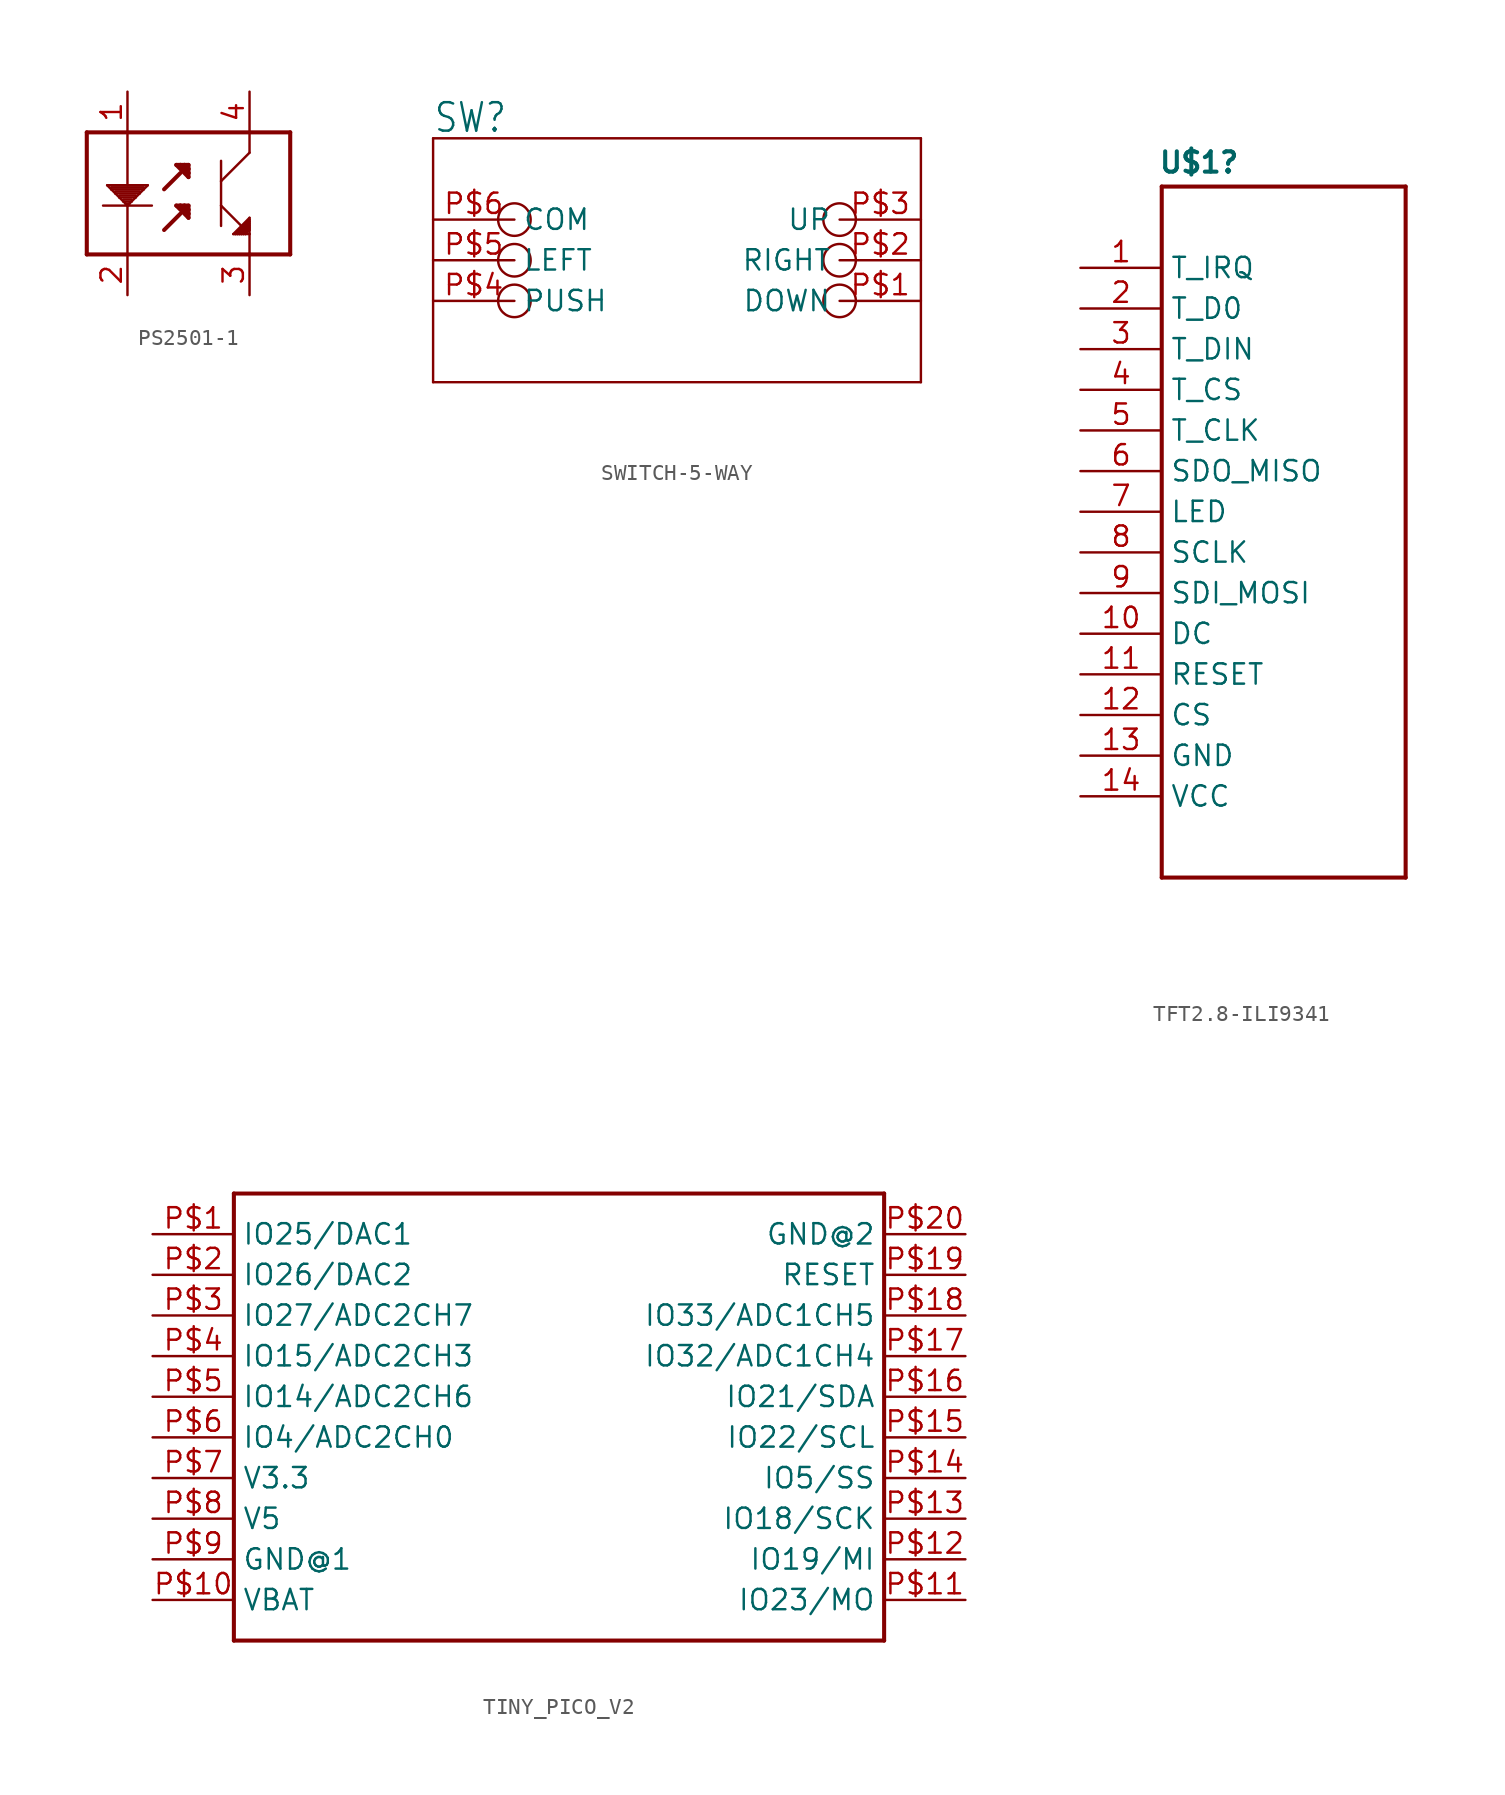
<source format=kicad_sym>
(kicad_symbol_lib
  (version 20241209)
  (generator "kicad_symbol_editor")
  (generator_version "9.0")
  (symbol "PS2501-1"
    (property "Reference" "U"
      (at -7.62 -5.08 90)
      (effects (font (size 1.778 1.511)) (justify left bottom) (hide yes)))
    (property "ki_locked" ""
      (at 0 0 0)
      (effects (font (size 1.27 1.27))))
    (symbol "PS2501-1_1_0"
      (polyline (pts (xy -7.62 2.54) (xy 5.08 2.54)) (stroke (width 0.254) (type solid)) (fill (type none)))
      (polyline (pts (xy -7.62 -5.08) (xy -7.62 2.54)) (stroke (width 0.254) (type solid)) (fill (type none)))
      (polyline (pts (xy -6.604 -2.032) (xy -5.08 -2.032)) (stroke (width 0.152) (type solid)) (fill (type none)))
      (polyline (pts (xy -6.35 -0.762) (xy -6.096 -1.016)) (stroke (width 0.152) (type solid)) (fill (type none)))
      (polyline (pts (xy -6.35 -0.762) (xy -5.08 -0.762)) (stroke (width 0.152) (type solid)) (fill (type none)))
      (polyline (pts (xy -6.096 -1.016) (xy -5.842 -1.27)) (stroke (width 0.152) (type solid)) (fill (type none)))
      (polyline (pts (xy -6.096 -1.016) (xy -4.064 -1.016)) (stroke (width 0.152) (type solid)) (fill (type none)))
      (polyline (pts (xy -5.842 -1.143) (xy -4.318 -1.143)) (stroke (width 0.152) (type solid)) (fill (type none)))
      (polyline (pts (xy -5.842 -1.27) (xy -5.588 -1.524)) (stroke (width 0.152) (type solid)) (fill (type none)))
      (polyline (pts (xy -5.588 -1.524) (xy -5.334 -1.778)) (stroke (width 0.152) (type solid)) (fill (type none)))
      (polyline (pts (xy -5.588 -1.524) (xy -4.572 -1.524)) (stroke (width 0.152) (type solid)) (fill (type none)))
      (polyline (pts (xy -5.334 -1.651) (xy -4.826 -1.651)) (stroke (width 0.152) (type solid)) (fill (type none)))
      (polyline (pts (xy -5.334 -1.778) (xy -5.207 -1.905)) (stroke (width 0.152) (type solid)) (fill (type none)))
      (polyline (pts (xy -5.207 -1.905) (xy -5.08 -2.032)) (stroke (width 0.152) (type solid)) (fill (type none)))
      (polyline (pts (xy -5.08 2.54) (xy -5.08 -0.762)) (stroke (width 0.152) (type solid)) (fill (type none)))
      (polyline (pts (xy -5.08 -0.762) (xy -3.81 -0.762)) (stroke (width 0.152) (type solid)) (fill (type none)))
      (polyline (pts (xy -5.08 -2.032) (xy -5.08 -5.08)) (stroke (width 0.152) (type solid)) (fill (type none)))
      (polyline (pts (xy -5.08 -2.032) (xy -4.953 -1.905)) (stroke (width 0.152) (type solid)) (fill (type none)))
      (polyline (pts (xy -5.08 -2.032) (xy -3.556 -2.032)) (stroke (width 0.152) (type solid)) (fill (type none)))
      (polyline (pts (xy -4.953 -1.905) (xy -5.207 -1.905)) (stroke (width 0.152) (type solid)) (fill (type none)))
      (polyline (pts (xy -4.953 -1.905) (xy -4.826 -1.778)) (stroke (width 0.152) (type solid)) (fill (type none)))
      (polyline (pts (xy -4.826 -1.778) (xy -5.334 -1.778)) (stroke (width 0.152) (type solid)) (fill (type none)))
      (polyline (pts (xy -4.826 -1.778) (xy -4.572 -1.524)) (stroke (width 0.152) (type solid)) (fill (type none)))
      (polyline (pts (xy -4.572 -1.397) (xy -5.588 -1.397)) (stroke (width 0.152) (type solid)) (fill (type none)))
      (polyline (pts (xy -4.572 -1.524) (xy -4.318 -1.27)) (stroke (width 0.152) (type solid)) (fill (type none)))
      (polyline (pts (xy -4.318 -1.27) (xy -5.842 -1.27)) (stroke (width 0.152) (type solid)) (fill (type none)))
      (polyline (pts (xy -4.318 -1.27) (xy -4.064 -1.016)) (stroke (width 0.152) (type solid)) (fill (type none)))
      (polyline (pts (xy -4.064 -0.889) (xy -6.096 -0.889)) (stroke (width 0.152) (type solid)) (fill (type none)))
      (polyline (pts (xy -4.064 -1.016) (xy -3.81 -0.762)) (stroke (width 0.152) (type solid)) (fill (type none)))
      (polyline (pts (xy -2.794 -1.016) (xy -1.778 0)) (stroke (width 0.254) (type solid)) (fill (type none)))
      (polyline (pts (xy -2.794 -3.556) (xy -1.778 -2.54)) (stroke (width 0.254) (type solid)) (fill (type none)))
      (polyline (pts (xy -2.032 0.508) (xy -1.27 -0.254)) (stroke (width 0.254) (type solid)) (fill (type none)))
      (polyline (pts (xy -2.032 -2.032) (xy -1.27 -2.794)) (stroke (width 0.254) (type solid)) (fill (type none)))
      (polyline (pts (xy -1.778 0.508) (xy -2.032 0.508)) (stroke (width 0.254) (type solid)) (fill (type none)))
      (polyline (pts (xy -1.778 0.508) (xy -1.27 0)) (stroke (width 0.254) (type solid)) (fill (type none)))
      (polyline (pts (xy -1.778 -2.032) (xy -2.032 -2.032)) (stroke (width 0.254) (type solid)) (fill (type none)))
      (polyline (pts (xy -1.778 -2.032) (xy -1.27 -2.54)) (stroke (width 0.254) (type solid)) (fill (type none)))
      (polyline (pts (xy -1.524 0.508) (xy -1.778 0.508)) (stroke (width 0.254) (type solid)) (fill (type none)))
      (polyline (pts (xy -1.524 0.508) (xy -1.27 0.254)) (stroke (width 0.254) (type solid)) (fill (type none)))
      (polyline (pts (xy -1.524 -2.032) (xy -1.778 -2.032)) (stroke (width 0.254) (type solid)) (fill (type none)))
      (polyline (pts (xy -1.524 -2.032) (xy -1.27 -2.286)) (stroke (width 0.254) (type solid)) (fill (type none)))
      (polyline (pts (xy -1.27 0.508) (xy -1.524 0.508)) (stroke (width 0.254) (type solid)) (fill (type none)))
      (polyline (pts (xy -1.27 0.254) (xy -1.27 0.508)) (stroke (width 0.254) (type solid)) (fill (type none)))
      (polyline (pts (xy -1.27 0) (xy -1.27 0.254)) (stroke (width 0.254) (type solid)) (fill (type none)))
      (polyline (pts (xy -1.27 -0.254) (xy -1.27 0)) (stroke (width 0.254) (type solid)) (fill (type none)))
      (polyline (pts (xy -1.27 -2.032) (xy -1.524 -2.032)) (stroke (width 0.254) (type solid)) (fill (type none)))
      (polyline (pts (xy -1.27 -2.286) (xy -1.27 -2.032)) (stroke (width 0.254) (type solid)) (fill (type none)))
      (polyline (pts (xy -1.27 -2.54) (xy -1.27 -2.286)) (stroke (width 0.254) (type solid)) (fill (type none)))
      (polyline (pts (xy -1.27 -2.794) (xy -1.27 -2.54)) (stroke (width 0.254) (type solid)) (fill (type none)))
      (polyline (pts (xy 0.762 0.762) (xy 0.762 -0.508)) (stroke (width 0.152) (type solid)) (fill (type none)))
      (polyline (pts (xy 0.762 -0.508) (xy 0.762 -2.032)) (stroke (width 0.152) (type solid)) (fill (type none)))
      (polyline (pts (xy 0.762 -0.508) (xy 2.54 1.27)) (stroke (width 0.152) (type solid)) (fill (type none)))
      (polyline (pts (xy 0.762 -2.032) (xy 0.762 -3.302)) (stroke (width 0.152) (type solid)) (fill (type none)))
      (polyline (pts (xy 0.762 -2.032) (xy 2.032 -3.302)) (stroke (width 0.152) (type solid)) (fill (type none)))
      (polyline (pts (xy 1.524 -3.81) (xy 1.651 -3.81)) (stroke (width 0.152) (type solid)) (fill (type none)))
      (polyline (pts (xy 1.651 -3.81) (xy 1.778 -3.81)) (stroke (width 0.152) (type solid)) (fill (type none)))
      (polyline (pts (xy 1.778 -3.81) (xy 1.905 -3.81)) (stroke (width 0.152) (type solid)) (fill (type none)))
      (polyline (pts (xy 1.905 -3.81) (xy 2.032 -3.81)) (stroke (width 0.152) (type solid)) (fill (type none)))
      (polyline (pts (xy 2.032 -3.81) (xy 2.159 -3.81)) (stroke (width 0.152) (type solid)) (fill (type none)))
      (polyline (pts (xy 2.159 -3.81) (xy 2.286 -3.81)) (stroke (width 0.152) (type solid)) (fill (type none)))
      (polyline (pts (xy 2.286 -3.81) (xy 2.54 -3.81)) (stroke (width 0.152) (type solid)) (fill (type none)))
      (polyline (pts (xy 2.413 -3.048) (xy 1.778 -3.683)) (stroke (width 0.152) (type solid)) (fill (type none)))
      (polyline (pts (xy 2.413 -3.175) (xy 1.905 -3.683)) (stroke (width 0.152) (type solid)) (fill (type none)))
      (polyline (pts (xy 2.413 -3.302) (xy 2.032 -3.683)) (stroke (width 0.152) (type solid)) (fill (type none)))
      (polyline (pts (xy 2.413 -3.429) (xy 2.159 -3.683)) (stroke (width 0.152) (type solid)) (fill (type none)))
      (polyline (pts (xy 2.413 -3.556) (xy 2.286 -3.683)) (stroke (width 0.152) (type solid)) (fill (type none)))
      (polyline (pts (xy 2.54 1.27) (xy 2.54 2.54)) (stroke (width 0.152) (type solid)) (fill (type none)))
      (polyline (pts (xy 2.54 -2.794) (xy 1.524 -3.81)) (stroke (width 0.152) (type solid)) (fill (type none)))
      (polyline (pts (xy 2.54 -2.921) (xy 1.651 -3.81)) (stroke (width 0.152) (type solid)) (fill (type none)))
      (polyline (pts (xy 2.54 -2.921) (xy 2.54 -2.794)) (stroke (width 0.152) (type solid)) (fill (type none)))
      (polyline (pts (xy 2.54 -3.048) (xy 1.778 -3.81)) (stroke (width 0.152) (type solid)) (fill (type none)))
      (polyline (pts (xy 2.54 -3.048) (xy 2.54 -2.921)) (stroke (width 0.152) (type solid)) (fill (type none)))
      (polyline (pts (xy 2.54 -3.175) (xy 1.905 -3.81)) (stroke (width 0.152) (type solid)) (fill (type none)))
      (polyline (pts (xy 2.54 -3.175) (xy 2.54 -3.048)) (stroke (width 0.152) (type solid)) (fill (type none)))
      (polyline (pts (xy 2.54 -3.302) (xy 2.032 -3.81)) (stroke (width 0.152) (type solid)) (fill (type none)))
      (polyline (pts (xy 2.54 -3.302) (xy 2.54 -3.175)) (stroke (width 0.152) (type solid)) (fill (type none)))
      (polyline (pts (xy 2.54 -3.429) (xy 2.159 -3.81)) (stroke (width 0.152) (type solid)) (fill (type none)))
      (polyline (pts (xy 2.54 -3.429) (xy 2.54 -3.302)) (stroke (width 0.152) (type solid)) (fill (type none)))
      (polyline (pts (xy 2.54 -3.556) (xy 2.286 -3.81)) (stroke (width 0.152) (type solid)) (fill (type none)))
      (polyline (pts (xy 2.54 -3.556) (xy 2.54 -3.429)) (stroke (width 0.152) (type solid)) (fill (type none)))
      (polyline (pts (xy 2.54 -3.81) (xy 2.54 -3.556)) (stroke (width 0.152) (type solid)) (fill (type none)))
      (polyline (pts (xy 2.54 -5.08) (xy -7.62 -5.08)) (stroke (width 0.254) (type solid)) (fill (type none)))
      (polyline (pts (xy 2.54 -5.08) (xy 2.54 -3.81)) (stroke (width 0.152) (type solid)) (fill (type none)))
      (polyline (pts (xy 5.08 2.54) (xy 5.08 -5.08)) (stroke (width 0.254) (type solid)) (fill (type none)))
      (polyline (pts (xy 5.08 -5.08) (xy 2.54 -5.08)) (stroke (width 0.254) (type solid)) (fill (type none)))
      (pin bidirectional line (at -5.08 5.08 270) (length 2.54) (name "1" (effects (font (size 0 0)))) (number "1" (effects (font (size 1.27 1.27)))))
      (pin bidirectional line (at -5.08 -7.62 90) (length 2.54) (name "2" (effects (font (size 0 0)))) (number "2" (effects (font (size 1.27 1.27)))))
      (pin bidirectional line (at 2.54 5.08 270) (length 2.54) (name "4" (effects (font (size 0 0)))) (number "4" (effects (font (size 1.27 1.27)))))
      (pin bidirectional line (at 2.54 -7.62 90) (length 2.54) (name "3" (effects (font (size 0 0)))) (number "3" (effects (font (size 1.27 1.27)))))))
  (symbol "SWITCH-5-WAY"
    (property "Reference" "SW"
      (at 0 0.254 0)
      (effects (font (size 1.778 1.511)) (justify left bottom)))
    (property "Value" ""
      (at 0 -17.78 0)
      (effects (font (size 1.778 1.511)) (justify left bottom)))
    (property "ki_locked" ""
      (at 0 0 0)
      (effects (font (size 1.27 1.27))))
    (symbol "SWITCH-5-WAY_1_0"
      (polyline (pts (xy 0 0) (xy 30.48 0)) (stroke (width 0.152) (type solid)) (fill (type none)))
      (polyline (pts (xy 0 -15.24) (xy 0 0)) (stroke (width 0.152) (type solid)) (fill (type none)))
      (circle (center 5.08 -5.08) (radius 1.016) (stroke (width 0) (type solid)) (fill (type none)))
      (circle (center 5.08 -7.62) (radius 1.016) (stroke (width 0) (type solid)) (fill (type none)))
      (circle (center 5.08 -10.16) (radius 1.016) (stroke (width 0) (type solid)) (fill (type none)))
      (circle (center 25.4 -5.08) (radius 1.016) (stroke (width 0) (type solid)) (fill (type none)))
      (circle (center 25.4 -7.62) (radius 1.016) (stroke (width 0) (type solid)) (fill (type none)))
      (circle (center 25.4 -10.16) (radius 1.016) (stroke (width 0) (type solid)) (fill (type none)))
      (polyline (pts (xy 30.48 0) (xy 30.48 -15.24)) (stroke (width 0.152) (type solid)) (fill (type none)))
      (polyline (pts (xy 30.48 -15.24) (xy 0 -15.24)) (stroke (width 0.152) (type solid)) (fill (type none)))
      (pin passive line (at 0 -5.08 0) (length 5.08) (name "COM" (effects (font (size 1.27 1.27)))) (number "P$6" (effects (font (size 1.27 1.27)))))
      (pin passive line (at 0 -7.62 0) (length 5.08) (name "LEFT" (effects (font (size 1.27 1.27)))) (number "P$5" (effects (font (size 1.27 1.27)))))
      (pin passive line (at 0 -10.16 0) (length 5.08) (name "PUSH" (effects (font (size 1.27 1.27)))) (number "P$4" (effects (font (size 1.27 1.27)))))
      (pin passive line (at 30.48 -5.08 180) (length 5.08) (name "UP" (effects (font (size 1.27 1.27)))) (number "P$3" (effects (font (size 1.27 1.27)))))
      (pin passive line (at 30.48 -7.62 180) (length 5.08) (name "RIGHT" (effects (font (size 1.27 1.27)))) (number "P$2" (effects (font (size 1.27 1.27)))))
      (pin passive line (at 30.48 -10.16 180) (length 5.08) (name "DOWN" (effects (font (size 1.27 1.27)))) (number "P$1" (effects (font (size 1.27 1.27)))))))
  (symbol "TFT2.8-ILI9341"
    (property "Reference" "U$1"
      (at -18.034 33.782 0)
      (effects (font (size 1.27 1.27) (thickness 0.254) (bold yes)) (justify left bottom)))
    (property "Value" ""
      (at -17.78 -12.7 0)
      (effects (font (size 1.27 1.27) (thickness 0.254) (bold yes)) (justify left bottom)))
    (property "ki_locked" ""
      (at 0 0 0)
      (effects (font (size 1.27 1.27))))
    (symbol "TFT2.8-ILI9341_1_0"
      (polyline (pts (xy -17.78 33.02) (xy -17.78 -10.16)) (stroke (width 0.254) (type solid)) (fill (type none)))
      (polyline (pts (xy -17.78 -10.16) (xy -2.54 -10.16)) (stroke (width 0.254) (type solid)) (fill (type none)))
      (polyline (pts (xy -2.54 33.02) (xy -17.78 33.02)) (stroke (width 0.254) (type solid)) (fill (type none)))
      (polyline (pts (xy -2.54 -10.16) (xy -2.54 33.02)) (stroke (width 0.254) (type solid)) (fill (type none)))
      (pin bidirectional line (at -22.86 27.94 0) (length 5.08) (name "T_IRQ" (effects (font (size 1.27 1.27)))) (number "1" (effects (font (size 1.27 1.27)))))
      (pin bidirectional line (at -22.86 25.4 0) (length 5.08) (name "T_D0" (effects (font (size 1.27 1.27)))) (number "2" (effects (font (size 1.27 1.27)))))
      (pin bidirectional line (at -22.86 22.86 0) (length 5.08) (name "T_DIN" (effects (font (size 1.27 1.27)))) (number "3" (effects (font (size 1.27 1.27)))))
      (pin bidirectional line (at -22.86 20.32 0) (length 5.08) (name "T_CS" (effects (font (size 1.27 1.27)))) (number "4" (effects (font (size 1.27 1.27)))))
      (pin bidirectional line (at -22.86 17.78 0) (length 5.08) (name "T_CLK" (effects (font (size 1.27 1.27)))) (number "5" (effects (font (size 1.27 1.27)))))
      (pin bidirectional line (at -22.86 15.24 0) (length 5.08) (name "SDO_MISO" (effects (font (size 1.27 1.27)))) (number "6" (effects (font (size 1.27 1.27)))))
      (pin bidirectional line (at -22.86 12.7 0) (length 5.08) (name "LED" (effects (font (size 1.27 1.27)))) (number "7" (effects (font (size 1.27 1.27)))))
      (pin bidirectional line (at -22.86 10.16 0) (length 5.08) (name "SCLK" (effects (font (size 1.27 1.27)))) (number "8" (effects (font (size 1.27 1.27)))))
      (pin bidirectional line (at -22.86 7.62 0) (length 5.08) (name "SDI_MOSI" (effects (font (size 1.27 1.27)))) (number "9" (effects (font (size 1.27 1.27)))))
      (pin bidirectional line (at -22.86 5.08 0) (length 5.08) (name "DC" (effects (font (size 1.27 1.27)))) (number "10" (effects (font (size 1.27 1.27)))))
      (pin bidirectional line (at -22.86 2.54 0) (length 5.08) (name "RESET" (effects (font (size 1.27 1.27)))) (number "11" (effects (font (size 1.27 1.27)))))
      (pin bidirectional line (at -22.86 0 0) (length 5.08) (name "CS" (effects (font (size 1.27 1.27)))) (number "12" (effects (font (size 1.27 1.27)))))
      (pin bidirectional line (at -22.86 -2.54 0) (length 5.08) (name "GND" (effects (font (size 1.27 1.27)))) (number "13" (effects (font (size 1.27 1.27)))))
      (pin bidirectional line (at -22.86 -5.08 0) (length 5.08) (name "VCC" (effects (font (size 1.27 1.27)))) (number "14" (effects (font (size 1.27 1.27)))))))
  (symbol "TINY_PICO_V2"
    (property "Reference" ""
      (at -20.32 15.24 0)
      (effects (font (size 1.778 1.778)) (justify left top) (hide yes)))
    (property "Value" ""
      (at 9.398 15.24 0)
      (effects (font (size 1.778 1.778)) (justify left top)))
    (property "ki_locked" ""
      (at 0 0 0)
      (effects (font (size 1.27 1.27))))
    (symbol "TINY_PICO_V2_1_0"
      (polyline (pts (xy -20.32 12.7) (xy -20.32 -15.24)) (stroke (width 0.254) (type solid)) (fill (type none)))
      (polyline (pts (xy -20.32 -15.24) (xy 20.32 -15.24)) (stroke (width 0.254) (type solid)) (fill (type none)))
      (polyline (pts (xy 20.32 12.7) (xy -20.32 12.7)) (stroke (width 0.254) (type solid)) (fill (type none)))
      (polyline (pts (xy 20.32 -15.24) (xy 20.32 12.7)) (stroke (width 0.254) (type solid)) (fill (type none)))
      (pin bidirectional line (at -25.4 10.16 0) (length 5.08) (name "IO25/DAC1" (effects (font (size 1.27 1.27)))) (number "P$1" (effects (font (size 1.27 1.27)))))
      (pin bidirectional line (at -25.4 7.62 0) (length 5.08) (name "IO26/DAC2" (effects (font (size 1.27 1.27)))) (number "P$2" (effects (font (size 1.27 1.27)))))
      (pin bidirectional line (at -25.4 5.08 0) (length 5.08) (name "IO27/ADC2CH7" (effects (font (size 1.27 1.27)))) (number "P$3" (effects (font (size 1.27 1.27)))))
      (pin bidirectional line (at -25.4 2.54 0) (length 5.08) (name "IO15/ADC2CH3" (effects (font (size 1.27 1.27)))) (number "P$4" (effects (font (size 1.27 1.27)))))
      (pin bidirectional line (at -25.4 0 0) (length 5.08) (name "IO14/ADC2CH6" (effects (font (size 1.27 1.27)))) (number "P$5" (effects (font (size 1.27 1.27)))))
      (pin bidirectional line (at -25.4 -2.54 0) (length 5.08) (name "IO4/ADC2CH0" (effects (font (size 1.27 1.27)))) (number "P$6" (effects (font (size 1.27 1.27)))))
      (pin bidirectional line (at -25.4 -5.08 0) (length 5.08) (name "V3.3" (effects (font (size 1.27 1.27)))) (number "P$7" (effects (font (size 1.27 1.27)))))
      (pin bidirectional line (at -25.4 -7.62 0) (length 5.08) (name "V5" (effects (font (size 1.27 1.27)))) (number "P$8" (effects (font (size 1.27 1.27)))))
      (pin bidirectional line (at -25.4 -10.16 0) (length 5.08) (name "GND@1" (effects (font (size 1.27 1.27)))) (number "P$9" (effects (font (size 1.27 1.27)))))
      (pin bidirectional line (at -25.4 -12.7 0) (length 5.08) (name "VBAT" (effects (font (size 1.27 1.27)))) (number "P$10" (effects (font (size 1.27 1.27)))))
      (pin bidirectional line (at 25.4 10.16 180) (length 5.08) (name "GND@2" (effects (font (size 1.27 1.27)))) (number "P$20" (effects (font (size 1.27 1.27)))))
      (pin bidirectional line (at 25.4 7.62 180) (length 5.08) (name "RESET" (effects (font (size 1.27 1.27)))) (number "P$19" (effects (font (size 1.27 1.27)))))
      (pin bidirectional line (at 25.4 5.08 180) (length 5.08) (name "IO33/ADC1CH5" (effects (font (size 1.27 1.27)))) (number "P$18" (effects (font (size 1.27 1.27)))))
      (pin bidirectional line (at 25.4 2.54 180) (length 5.08) (name "IO32/ADC1CH4" (effects (font (size 1.27 1.27)))) (number "P$17" (effects (font (size 1.27 1.27)))))
      (pin bidirectional line (at 25.4 0 180) (length 5.08) (name "IO21/SDA" (effects (font (size 1.27 1.27)))) (number "P$16" (effects (font (size 1.27 1.27)))))
      (pin bidirectional line (at 25.4 -2.54 180) (length 5.08) (name "IO22/SCL" (effects (font (size 1.27 1.27)))) (number "P$15" (effects (font (size 1.27 1.27)))))
      (pin bidirectional line (at 25.4 -5.08 180) (length 5.08) (name "IO5/SS" (effects (font (size 1.27 1.27)))) (number "P$14" (effects (font (size 1.27 1.27)))))
      (pin bidirectional line (at 25.4 -7.62 180) (length 5.08) (name "IO18/SCK" (effects (font (size 1.27 1.27)))) (number "P$13" (effects (font (size 1.27 1.27)))))
      (pin bidirectional line (at 25.4 -10.16 180) (length 5.08) (name "IO19/MI" (effects (font (size 1.27 1.27)))) (number "P$12" (effects (font (size 1.27 1.27)))))
      (pin bidirectional line (at 25.4 -12.7 180) (length 5.08) (name "IO23/MO" (effects (font (size 1.27 1.27)))) (number "P$11" (effects (font (size 1.27 1.27))))))))
</source>
